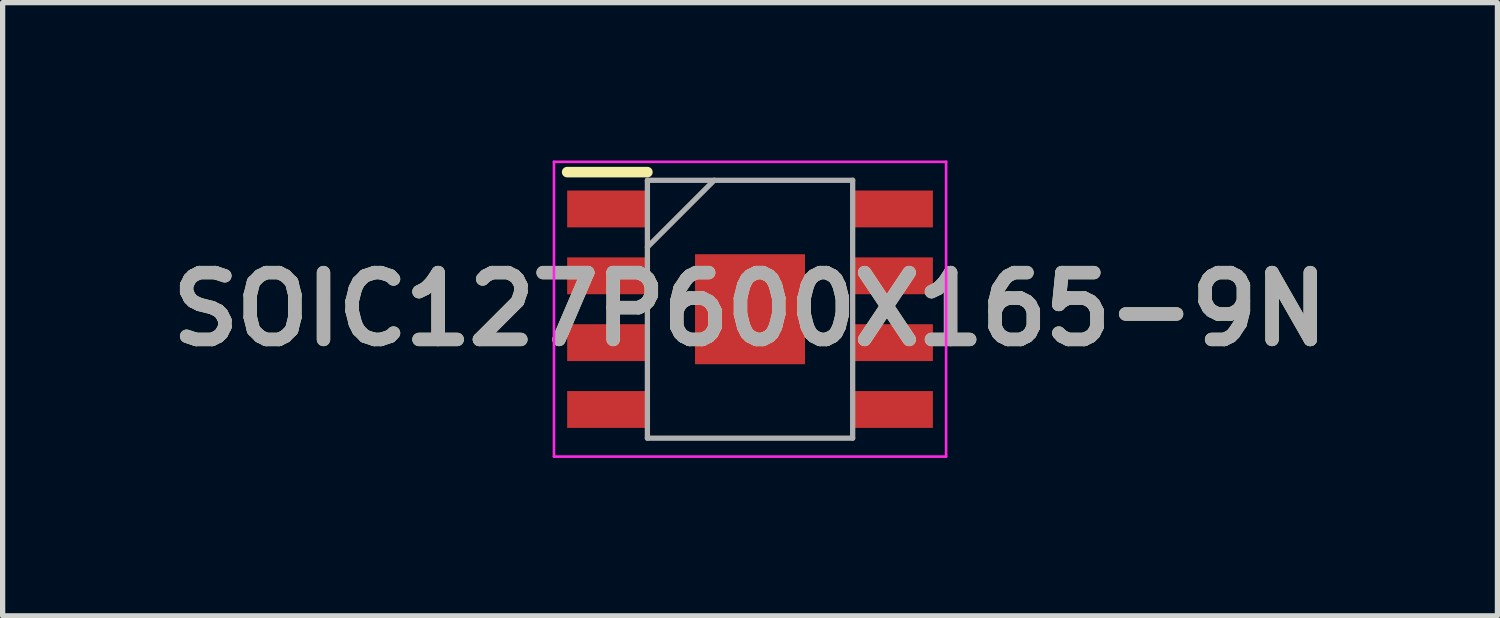
<source format=kicad_pcb>
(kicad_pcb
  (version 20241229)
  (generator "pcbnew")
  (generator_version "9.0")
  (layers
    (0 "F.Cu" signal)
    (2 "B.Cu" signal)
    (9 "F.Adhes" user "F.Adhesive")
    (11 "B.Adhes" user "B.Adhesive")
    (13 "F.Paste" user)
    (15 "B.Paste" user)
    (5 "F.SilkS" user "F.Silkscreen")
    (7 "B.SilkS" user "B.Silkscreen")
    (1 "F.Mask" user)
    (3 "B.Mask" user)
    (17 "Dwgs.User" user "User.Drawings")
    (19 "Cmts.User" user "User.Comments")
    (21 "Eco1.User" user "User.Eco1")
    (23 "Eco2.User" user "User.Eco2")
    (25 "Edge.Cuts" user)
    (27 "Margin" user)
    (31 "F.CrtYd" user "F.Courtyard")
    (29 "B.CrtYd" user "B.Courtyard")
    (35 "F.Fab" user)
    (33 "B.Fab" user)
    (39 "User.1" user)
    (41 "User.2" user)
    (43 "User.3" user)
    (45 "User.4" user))
  (footprint "SOIC127P600X165-9N"
    (layer "F.Cu")
    (at 11.2 2.825)
    (property "Reference" "SOIC127P600X165-9N" (at 0 0 0) (layer "F.SilkS") (effects (font (size 1.27 1.27) (thickness 0.254))))
    (attr smd)
    (fp_line (start -3.475 -2.605) (end -1.95 -2.605) (stroke (width 0.2) (type solid)) (layer "F.SilkS"))
    (fp_line (start -3.725 -2.8) (end 3.725 -2.8) (stroke (width 0.05) (type solid)) (layer "F.CrtYd"))
    (fp_line (start -3.725 2.8) (end -3.725 -2.8) (stroke (width 0.05) (type solid)) (layer "F.CrtYd"))
    (fp_line (start 3.725 -2.8) (end 3.725 2.8) (stroke (width 0.05) (type solid)) (layer "F.CrtYd"))
    (fp_line (start 3.725 2.8) (end -3.725 2.8) (stroke (width 0.05) (type solid)) (layer "F.CrtYd"))
    (fp_line (start -1.95 -2.45) (end 1.95 -2.45) (stroke (width 0.1) (type solid)) (layer "F.Fab"))
    (fp_line (start -1.95 -1.18) (end -0.68 -2.45) (stroke (width 0.1) (type solid)) (layer "F.Fab"))
    (fp_line (start -1.95 2.45) (end -1.95 -2.45) (stroke (width 0.1) (type solid)) (layer "F.Fab"))
    (fp_line (start 1.95 -2.45) (end 1.95 2.45) (stroke (width 0.1) (type solid)) (layer "F.Fab"))
    (fp_line (start 1.95 2.45) (end -1.95 2.45) (stroke (width 0.1) (type solid)) (layer "F.Fab"))
    (fp_text user "${REFERENCE}" (at 0 0 0) (layer "F.Fab") (effects (font (size 1.27 1.27) (thickness 0.254))))
    (pad "1" smd rect (at -2.712 -1.905 90) (size 0.7 1.525) (layers "F.Cu" "F.Mask" "F.Paste"))
    (pad "2" smd rect (at -2.712 -0.635 90) (size 0.7 1.525) (layers "F.Cu" "F.Mask" "F.Paste"))
    (pad "3" smd rect (at -2.712 0.635 90) (size 0.7 1.525) (layers "F.Cu" "F.Mask" "F.Paste"))
    (pad "4" smd rect (at -2.712 1.905 90) (size 0.7 1.525) (layers "F.Cu" "F.Mask" "F.Paste"))
    (pad "5" smd rect (at 2.712 1.905 90) (size 0.7 1.525) (layers "F.Cu" "F.Mask" "F.Paste"))
    (pad "6" smd rect (at 2.712 0.635 90) (size 0.7 1.525) (layers "F.Cu" "F.Mask" "F.Paste"))
    (pad "7" smd rect (at 2.712 -0.635 90) (size 0.7 1.525) (layers "F.Cu" "F.Mask" "F.Paste"))
    (pad "8" smd rect (at 2.712 -1.905 90) (size 0.7 1.525) (layers "F.Cu" "F.Mask" "F.Paste"))
    (pad "9" smd rect (at 0 0) (size 2.09 2.09) (layers "F.Cu" "F.Mask" "F.Paste")))
  (gr_rect
    (start -3 -3)
    (end 25.4 8.65)
    (stroke (width 0.1) (type default))
    (fill no)
    (layer "Edge.Cuts")))
</source>
